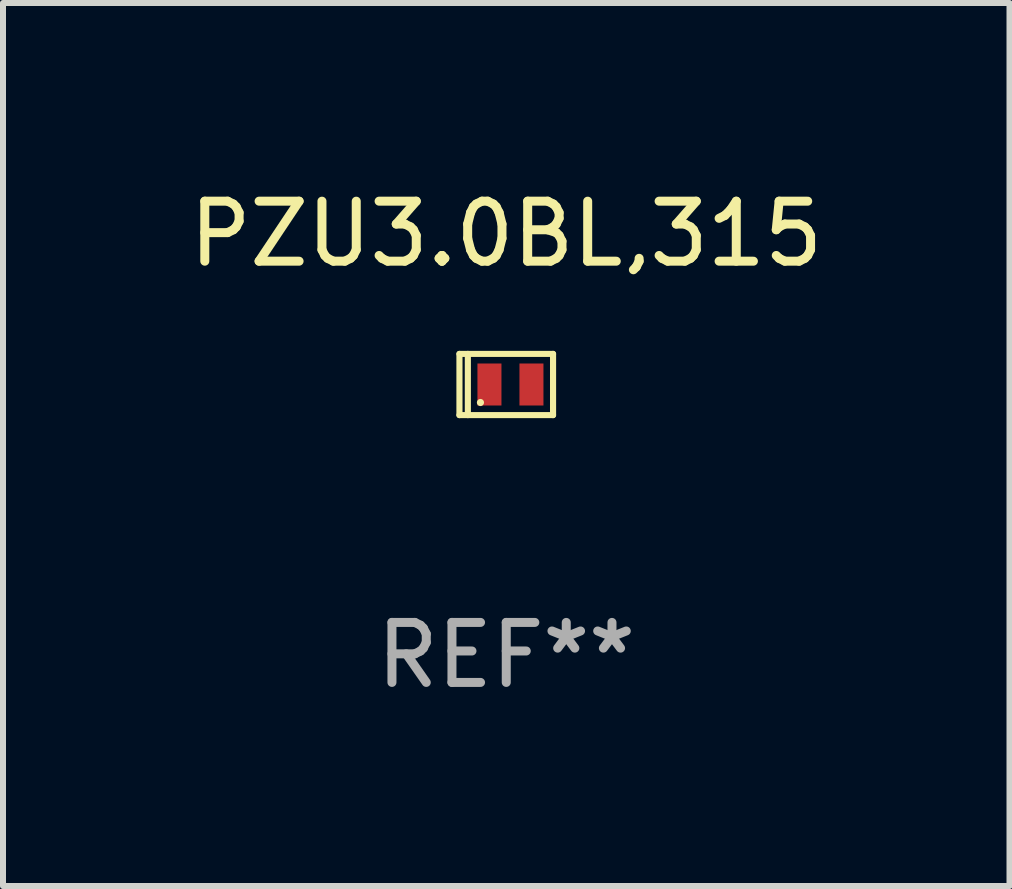
<source format=kicad_pcb>
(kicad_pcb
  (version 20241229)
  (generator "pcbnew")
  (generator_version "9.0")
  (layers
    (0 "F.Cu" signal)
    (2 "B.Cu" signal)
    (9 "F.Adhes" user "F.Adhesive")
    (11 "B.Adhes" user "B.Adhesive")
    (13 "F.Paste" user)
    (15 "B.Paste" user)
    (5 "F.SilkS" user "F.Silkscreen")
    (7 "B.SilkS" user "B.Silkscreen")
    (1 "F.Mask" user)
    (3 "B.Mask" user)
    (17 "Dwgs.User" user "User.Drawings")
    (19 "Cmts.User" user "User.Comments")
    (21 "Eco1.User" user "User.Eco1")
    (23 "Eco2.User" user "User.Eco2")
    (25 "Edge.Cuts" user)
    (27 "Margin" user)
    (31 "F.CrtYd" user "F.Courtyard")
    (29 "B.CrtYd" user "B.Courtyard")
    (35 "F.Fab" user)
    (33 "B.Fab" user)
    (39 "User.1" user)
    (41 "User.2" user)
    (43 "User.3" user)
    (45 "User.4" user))
  (footprint "PZU3.0BL,315"
    (layer "F.Cu")
    (at 5.387 3.358)
    (property "Reference" "PZU3.0BL,315" (at 0 -2.51 0) (layer "F.SilkS") (effects (font (size 1 1) (thickness 0.15))))
    (attr through_hole)
    (fp_line (start -0.78 -0.51) (end -0.78 0.51) (stroke (width 0.102) (type solid)) (layer "F.SilkS"))
    (fp_line (start -0.78 -0.51) (end 0.78 -0.51) (stroke (width 0.102) (type solid)) (layer "F.SilkS"))
    (fp_line (start -0.78 0.51) (end 0.78 0.51) (stroke (width 0.102) (type solid)) (layer "F.SilkS"))
    (fp_line (start -0.64 -0.51) (end -0.64 0.51) (stroke (width 0.102) (type solid)) (layer "F.SilkS"))
    (fp_line (start 0.78 -0.51) (end 0.78 0.51) (stroke (width 0.102) (type solid)) (layer "F.SilkS"))
    (fp_circle (center -0.43 0.3) (end -0.4 0.3) (stroke (width 0.06) (type solid)) (fill no) (layer "F.SilkS"))
    (fp_text user "REF**" (at 0 4.51 0) (layer "F.Fab") (effects (font (size 1 1) (thickness 0.15))))
    (pad "1" smd rect (at -0.28 0) (size 0.4 0.7) (layers "F.Cu" "F.Mask" "F.Paste"))
    (pad "2" smd rect (at 0.42 0) (size 0.4 0.7) (layers "F.Cu" "F.Mask" "F.Paste")))
  (gr_rect
    (start -3 -3)
    (end 13.774 11.716)
    (stroke (width 0.1) (type default))
    (fill no)
    (layer "Edge.Cuts")))
</source>
